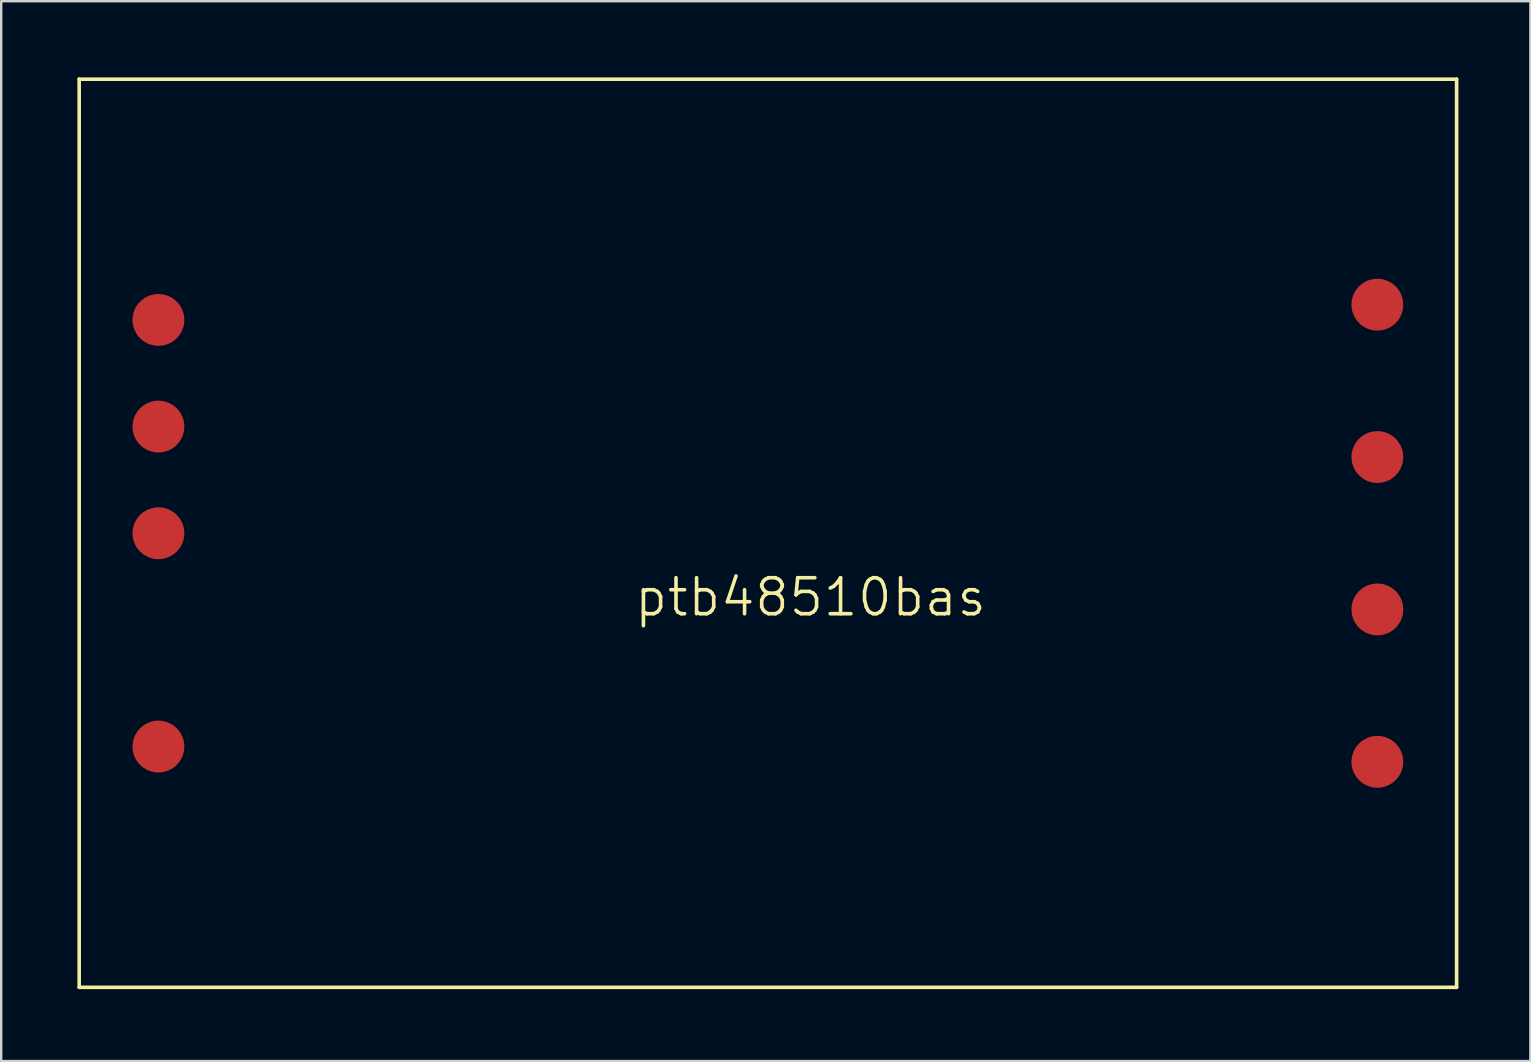
<source format=kicad_pcb>
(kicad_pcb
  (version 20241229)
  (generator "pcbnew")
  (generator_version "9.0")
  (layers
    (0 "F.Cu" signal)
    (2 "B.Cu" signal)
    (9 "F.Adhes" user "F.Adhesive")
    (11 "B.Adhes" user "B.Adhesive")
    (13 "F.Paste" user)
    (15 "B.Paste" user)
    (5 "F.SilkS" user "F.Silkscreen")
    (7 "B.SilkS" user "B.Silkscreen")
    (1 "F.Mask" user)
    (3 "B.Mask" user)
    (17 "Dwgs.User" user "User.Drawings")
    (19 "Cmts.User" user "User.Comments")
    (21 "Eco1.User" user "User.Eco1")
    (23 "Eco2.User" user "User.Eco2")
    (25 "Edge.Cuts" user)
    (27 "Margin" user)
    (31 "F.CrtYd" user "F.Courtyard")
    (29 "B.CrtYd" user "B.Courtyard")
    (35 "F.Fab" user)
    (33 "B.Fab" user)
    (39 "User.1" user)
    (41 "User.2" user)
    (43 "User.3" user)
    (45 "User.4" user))
  (footprint "ptb48510bas"
    (layer "F.Cu")
    (at 0.25 0.25)
    (property "Reference" "ptb48510bas" (at 30.48 21.59 0) (layer "F.SilkS") (effects (font (size 1.5 1.5) (thickness 0.15))))
    (attr through_hole)
    (fp_line (start 0 0) (end 57.404 0) (stroke (width 0.15) (type solid)) (layer "F.SilkS"))
    (fp_line (start 0 37.846) (end 0 0) (stroke (width 0.15) (type solid)) (layer "F.SilkS"))
    (fp_line (start 57.404 0) (end 57.404 37.846) (stroke (width 0.15) (type solid)) (layer "F.SilkS"))
    (fp_line (start 57.404 37.846) (end 0 37.846) (stroke (width 0.15) (type solid)) (layer "F.SilkS"))
    (pad "1" smd circle (at 3.302 10.033) (size 2.159 2.159) (layers "F.Cu" "F.Mask" "F.Paste"))
    (pad "2" smd circle (at 3.302 14.478) (size 2.159 2.159) (layers "F.Cu" "F.Mask" "F.Paste"))
    (pad "3" smd circle (at 3.302 18.923) (size 2.159 2.159) (layers "F.Cu" "F.Mask" "F.Paste"))
    (pad "4" smd circle (at 3.302 27.813) (size 2.159 2.159) (layers "F.Cu" "F.Mask" "F.Paste"))
    (pad "5" smd circle (at 54.102 28.448) (size 2.159 2.159) (layers "F.Cu" "F.Mask" "F.Paste"))
    (pad "6" smd circle (at 54.102 22.098) (size 2.159 2.159) (layers "F.Cu" "F.Mask" "F.Paste"))
    (pad "7" smd circle (at 54.102 15.748) (size 2.159 2.159) (layers "F.Cu" "F.Mask" "F.Paste"))
    (pad "8" smd circle (at 54.102 9.398) (size 2.159 2.159) (layers "F.Cu" "F.Mask" "F.Paste")))
  (gr_rect
    (start -3 -3)
    (end 60.729 41.171)
    (stroke (width 0.1) (type default))
    (fill no)
    (layer "Edge.Cuts")))
</source>
